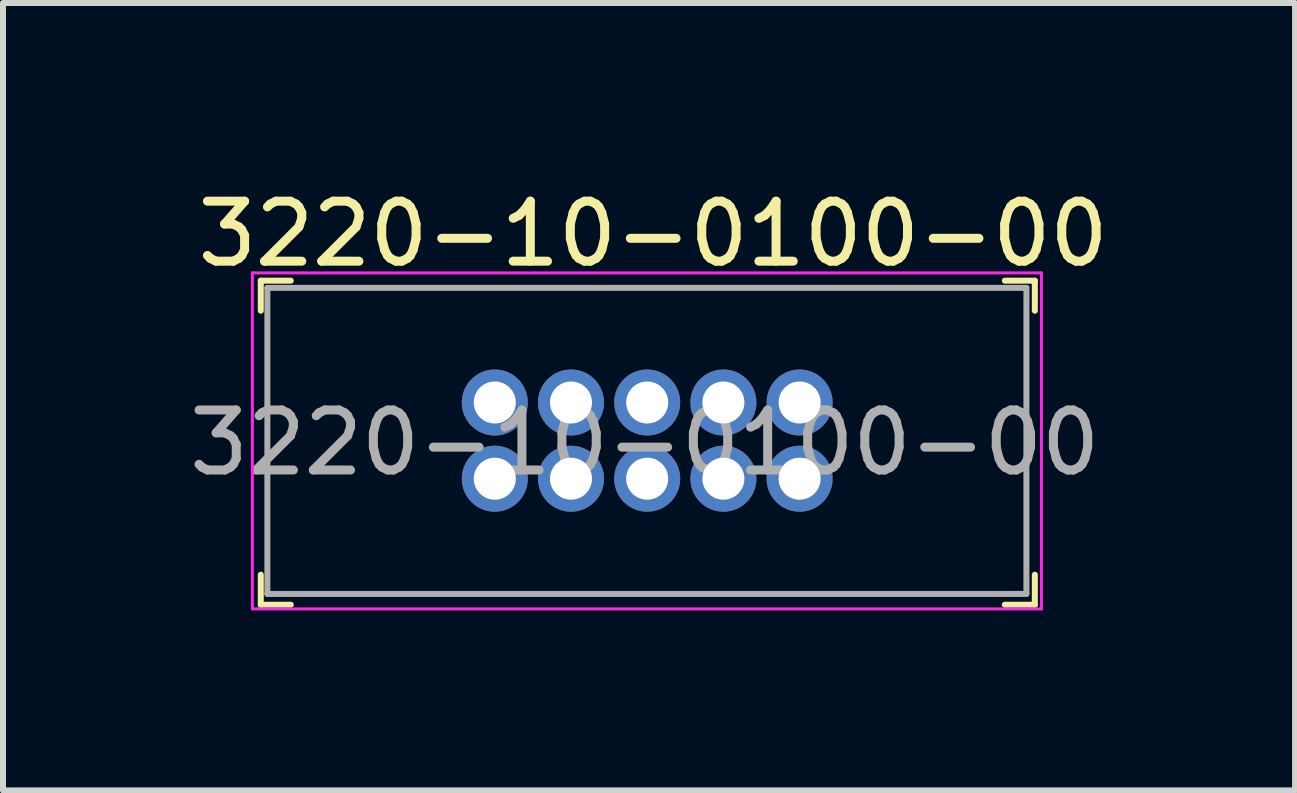
<source format=kicad_pcb>
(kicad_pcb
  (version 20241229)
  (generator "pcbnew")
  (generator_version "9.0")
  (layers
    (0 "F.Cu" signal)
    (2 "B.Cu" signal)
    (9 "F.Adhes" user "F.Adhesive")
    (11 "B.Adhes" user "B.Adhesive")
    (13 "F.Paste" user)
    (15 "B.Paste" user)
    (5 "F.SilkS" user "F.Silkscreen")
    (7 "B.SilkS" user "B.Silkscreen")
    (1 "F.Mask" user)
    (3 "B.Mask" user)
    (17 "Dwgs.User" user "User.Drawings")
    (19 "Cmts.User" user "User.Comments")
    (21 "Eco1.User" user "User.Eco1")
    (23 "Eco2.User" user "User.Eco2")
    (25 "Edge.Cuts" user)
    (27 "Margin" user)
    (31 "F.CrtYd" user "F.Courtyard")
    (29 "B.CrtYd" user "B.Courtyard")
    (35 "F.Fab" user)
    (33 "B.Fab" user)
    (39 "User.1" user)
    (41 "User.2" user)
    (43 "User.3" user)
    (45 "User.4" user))
  (footprint "3220-10-0100-00"
    (layer "F.Cu")
    (at 5.196 4.928)
    (property "Reference" "3220-10-0100-00" (at 2.64 -4.08 0) (layer "F.SilkS") (effects (font (size 1 1) (thickness 0.15))))
    (attr through_hole)
    (fp_line (start -3.9 -3.3) (end -3.9 -2.8) (stroke (width 0.1) (type solid)) (layer "F.SilkS"))
    (fp_line (start -3.9 -3.3) (end -3.4 -3.3) (stroke (width 0.1) (type solid)) (layer "F.SilkS"))
    (fp_line (start -3.9 2.1) (end -3.9 1.6) (stroke (width 0.1) (type solid)) (layer "F.SilkS"))
    (fp_line (start -3.9 2.1) (end -3.4 2.1) (stroke (width 0.1) (type solid)) (layer "F.SilkS"))
    (fp_line (start 9 -3.3) (end 8.5 -3.3) (stroke (width 0.1) (type solid)) (layer "F.SilkS"))
    (fp_line (start 9 -3.3) (end 9 -2.8) (stroke (width 0.1) (type solid)) (layer "F.SilkS"))
    (fp_line (start 9 2.1) (end 8.5 2.1) (stroke (width 0.1) (type solid)) (layer "F.SilkS"))
    (fp_line (start 9 2.1) (end 9 1.6) (stroke (width 0.1) (type solid)) (layer "F.SilkS"))
    (fp_line (start -4.04 -3.43) (end -4.04 2.17) (stroke (width 0.05) (type solid)) (layer "F.CrtYd"))
    (fp_line (start -4.04 -3.43) (end 9.11 -3.43) (stroke (width 0.05) (type solid)) (layer "F.CrtYd"))
    (fp_line (start -4.04 2.17) (end 9.11 2.17) (stroke (width 0.05) (type solid)) (layer "F.CrtYd"))
    (fp_line (start 9.11 -3.43) (end 9.11 2.17) (stroke (width 0.05) (type solid)) (layer "F.CrtYd"))
    (fp_line (start -3.79 -3.18) (end -3.79 1.92) (stroke (width 0.1) (type solid)) (layer "F.Fab"))
    (fp_line (start -3.79 -3.18) (end 8.86 -3.18) (stroke (width 0.1) (type solid)) (layer "F.Fab"))
    (fp_line (start -3.79 1.92) (end 8.86 1.92) (stroke (width 0.1) (type solid)) (layer "F.Fab"))
    (fp_line (start 8.86 -3.18) (end 8.86 1.92) (stroke (width 0.1) (type solid)) (layer "F.Fab"))
    (fp_text user "${REFERENCE}" (at 2.5 -0.6 0) (layer "F.Fab") (effects (font (size 1 1) (thickness 0.15))))
    (pad "1" thru_hole circle (at 0 0) (size 1.1 1.1) (drill 0.7) (layers "*.Cu" "*.Mask"))
    (pad "2" thru_hole circle (at 0 -1.27) (size 1.1 1.1) (drill 0.7) (layers "*.Cu" "*.Mask"))
    (pad "3" thru_hole circle (at 1.27 0) (size 1.1 1.1) (drill 0.7) (layers "*.Cu" "*.Mask"))
    (pad "4" thru_hole circle (at 1.27 -1.27) (size 1.1 1.1) (drill 0.7) (layers "*.Cu" "*.Mask"))
    (pad "5" thru_hole circle (at 2.54 0) (size 1.1 1.1) (drill 0.7) (layers "*.Cu" "*.Mask"))
    (pad "6" thru_hole circle (at 2.54 -1.27) (size 1.1 1.1) (drill 0.7) (layers "*.Cu" "*.Mask"))
    (pad "7" thru_hole circle (at 3.81 0) (size 1.1 1.1) (drill 0.7) (layers "*.Cu" "*.Mask"))
    (pad "8" thru_hole circle (at 3.81 -1.27) (size 1.1 1.1) (drill 0.7) (layers "*.Cu" "*.Mask"))
    (pad "9" thru_hole circle (at 5.08 0) (size 1.1 1.1) (drill 0.7) (layers "*.Cu" "*.Mask"))
    (pad "10" thru_hole circle (at 5.08 -1.27) (size 1.1 1.1) (drill 0.7) (layers "*.Cu" "*.Mask")))
  (gr_rect
    (start -3 -3)
    (end 18.533 10.123)
    (stroke (width 0.1) (type default))
    (fill no)
    (layer "Edge.Cuts")))
</source>
